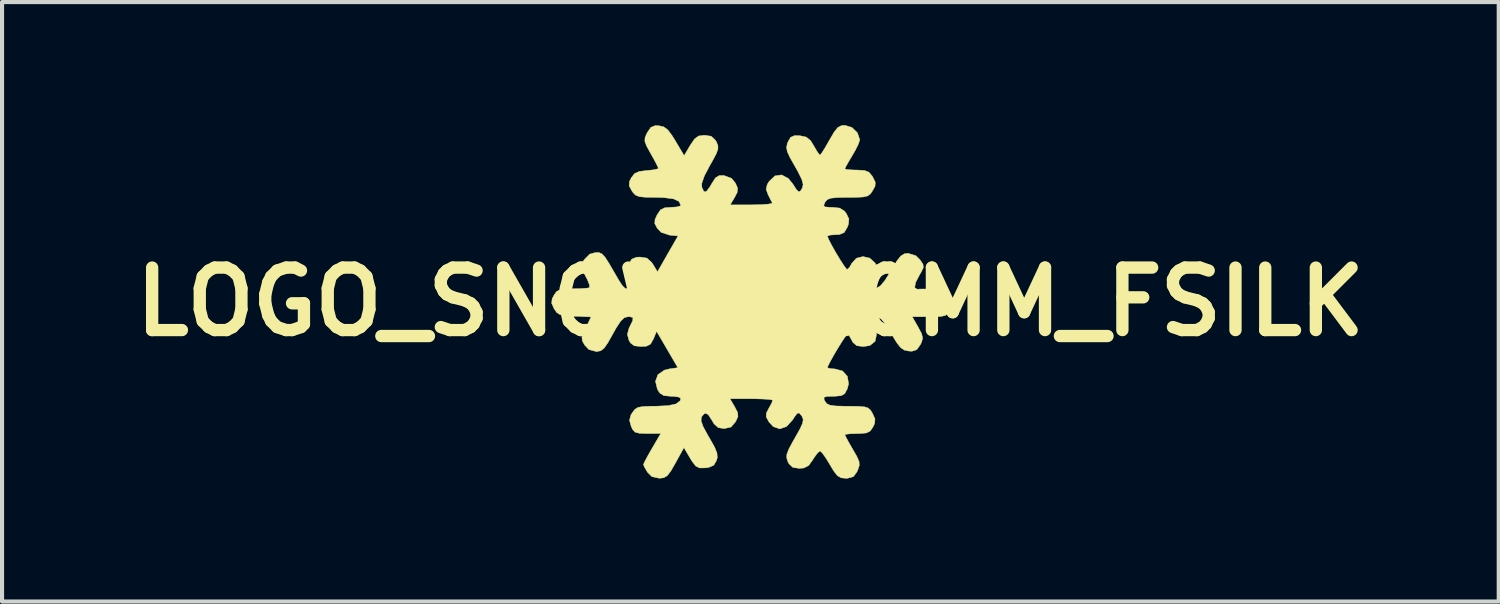
<source format=kicad_pcb>
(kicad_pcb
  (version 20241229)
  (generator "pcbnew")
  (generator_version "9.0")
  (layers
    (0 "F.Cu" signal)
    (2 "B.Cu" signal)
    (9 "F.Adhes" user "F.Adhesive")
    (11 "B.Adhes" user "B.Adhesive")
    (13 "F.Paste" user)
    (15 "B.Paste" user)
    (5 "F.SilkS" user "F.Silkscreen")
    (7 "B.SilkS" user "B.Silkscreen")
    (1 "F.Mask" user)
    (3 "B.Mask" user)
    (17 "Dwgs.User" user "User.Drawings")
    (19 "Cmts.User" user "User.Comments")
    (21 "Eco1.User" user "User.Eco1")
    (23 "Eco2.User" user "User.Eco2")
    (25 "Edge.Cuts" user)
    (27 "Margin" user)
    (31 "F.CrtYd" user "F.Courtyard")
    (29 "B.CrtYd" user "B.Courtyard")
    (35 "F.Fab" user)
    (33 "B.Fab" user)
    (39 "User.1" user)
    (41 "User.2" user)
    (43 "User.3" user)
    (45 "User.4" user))
  (footprint "LOGO_SNOW1_10MM_FSILK"
    (layer "F.Cu")
    (at 15.247 4.309)
    (property "Reference" "LOGO_SNOW1_10MM_FSILK" (at 0 0 0) (layer "F.SilkS") (effects (font (size 1.524 1.524) (thickness 0.3))))
    (attr through_hole)
    (fp_poly (pts (xy 2.475 -4.252) (xy 2.61 -4.122) (xy 2.667 -3.955) (xy 2.667 -3.949) (xy 2.637 -3.853) (xy 2.559 -3.695) (xy 2.485 -3.567) (xy 2.387 -3.402) (xy 2.321 -3.283) (xy 2.304 -3.242) (xy 2.358 -3.225) (xy 2.497 -3.215) (xy 2.594 -3.213) (xy 2.78 -3.203) (xy 2.89 -3.161) (xy 2.969 -3.068) (xy 2.983 -3.045) (xy 3.046 -2.917) (xy 3.04 -2.819) (xy 2.982 -2.711) (xy 2.926 -2.63) (xy 2.859 -2.581) (xy 2.752 -2.556) (xy 2.575 -2.547) (xy 2.383 -2.546) (xy 2.131 -2.543) (xy 1.973 -2.528) (xy 1.882 -2.497) (xy 1.829 -2.443) (xy 1.819 -2.425) (xy 1.788 -2.348) (xy 1.825 -2.313) (xy 1.952 -2.304) (xy 1.997 -2.304) (xy 2.179 -2.285) (xy 2.293 -2.213) (xy 2.34 -2.152) (xy 2.403 -2.021) (xy 2.392 -1.893) (xy 2.364 -1.818) (xy 2.288 -1.689) (xy 2.173 -1.641) (xy 2.084 -1.637) (xy 1.947 -1.627) (xy 1.88 -1.605) (xy 1.879 -1.601) (xy 1.908 -1.524) (xy 1.981 -1.382) (xy 2.08 -1.206) (xy 2.186 -1.03) (xy 2.281 -0.883) (xy 2.346 -0.798) (xy 2.36 -0.788) (xy 2.415 -0.837) (xy 2.474 -0.94) (xy 2.586 -1.062) (xy 2.746 -1.103) (xy 2.912 -1.065) (xy 3.04 -0.948) (xy 3.051 -0.929) (xy 3.101 -0.807) (xy 3.087 -0.699) (xy 3.021 -0.573) (xy 2.953 -0.438) (xy 2.953 -0.37) (xy 2.989 -0.346) (xy 3.08 -0.336) (xy 3.171 -0.389) (xy 3.28 -0.52) (xy 3.42 -0.743) (xy 3.451 -0.796) (xy 3.575 -1) (xy 3.669 -1.117) (xy 3.756 -1.171) (xy 3.846 -1.182) (xy 4.034 -1.125) (xy 4.136 -1.025) (xy 4.208 -0.918) (xy 4.219 -0.837) (xy 4.168 -0.729) (xy 4.127 -0.661) (xy 4.028 -0.469) (xy 4.007 -0.347) (xy 4.064 -0.307) (xy 4.077 -0.308) (xy 4.178 -0.312) (xy 4.352 -0.312) (xy 4.469 -0.31) (xy 4.67 -0.296) (xy 4.791 -0.254) (xy 4.874 -0.17) (xy 4.883 -0.156) (xy 4.942 -0.044) (xy 4.938 0.054) (xy 4.882 0.177) (xy 4.825 0.275) (xy 4.759 0.331) (xy 4.651 0.357) (xy 4.469 0.363) (xy 4.367 0.364) (xy 3.947 0.364) (xy 4.091 0.617) (xy 4.176 0.778) (xy 4.201 0.885) (xy 4.174 0.987) (xy 4.145 1.045) (xy 4.058 1.168) (xy 3.941 1.205) (xy 3.862 1.201) (xy 3.754 1.178) (xy 3.664 1.117) (xy 3.569 0.996) (xy 3.444 0.791) (xy 3.433 0.773) (xy 3.3 0.555) (xy 3.197 0.427) (xy 3.108 0.371) (xy 3.055 0.364) (xy 2.965 0.369) (xy 2.943 0.408) (xy 2.982 0.511) (xy 3.012 0.574) (xy 3.077 0.796) (xy 3.042 0.964) (xy 2.914 1.066) (xy 2.758 1.091) (xy 2.595 1.071) (xy 2.502 0.992) (xy 2.474 0.94) (xy 2.412 0.829) (xy 2.367 0.788) (xy 2.324 0.836) (xy 2.241 0.959) (xy 2.137 1.126) (xy 2.031 1.305) (xy 1.942 1.466) (xy 1.887 1.576) (xy 1.879 1.604) (xy 1.932 1.627) (xy 2.059 1.637) (xy 2.06 1.637) (xy 2.248 1.687) (xy 2.366 1.817) (xy 2.395 2) (xy 2.364 2.122) (xy 2.303 2.237) (xy 2.217 2.289) (xy 2.062 2.303) (xy 2.021 2.304) (xy 1.859 2.308) (xy 1.793 2.332) (xy 1.8 2.389) (xy 1.819 2.425) (xy 1.865 2.486) (xy 1.944 2.522) (xy 2.082 2.54) (xy 2.307 2.546) (xy 2.381 2.546) (xy 2.628 2.549) (xy 2.782 2.561) (xy 2.874 2.591) (xy 2.934 2.648) (xy 2.977 2.719) (xy 3.039 2.856) (xy 3.029 2.969) (xy 2.99 3.052) (xy 2.923 3.15) (xy 2.83 3.198) (xy 2.669 3.212) (xy 2.605 3.213) (xy 2.432 3.218) (xy 2.323 3.231) (xy 2.304 3.241) (xy 2.332 3.303) (xy 2.405 3.438) (xy 2.485 3.577) (xy 2.595 3.768) (xy 2.65 3.893) (xy 2.656 3.99) (xy 2.621 4.095) (xy 2.597 4.15) (xy 2.511 4.264) (xy 2.371 4.303) (xy 2.329 4.304) (xy 2.212 4.292) (xy 2.123 4.241) (xy 2.032 4.125) (xy 1.94 3.971) (xy 1.834 3.798) (xy 1.746 3.677) (xy 1.699 3.637) (xy 1.639 3.685) (xy 1.552 3.803) (xy 1.524 3.849) (xy 1.42 3.993) (xy 1.306 4.052) (xy 1.194 4.062) (xy 1.035 4.039) (xy 0.942 3.95) (xy 0.916 3.901) (xy 0.886 3.81) (xy 0.89 3.716) (xy 0.939 3.589) (xy 1.041 3.399) (xy 1.087 3.319) (xy 1.208 3.104) (xy 1.272 2.964) (xy 1.288 2.872) (xy 1.263 2.8) (xy 1.249 2.779) (xy 1.192 2.712) (xy 1.143 2.718) (xy 1.073 2.811) (xy 1.033 2.876) (xy 0.882 3.042) (xy 0.717 3.099) (xy 0.557 3.043) (xy 0.454 2.931) (xy 0.386 2.808) (xy 0.391 2.711) (xy 0.447 2.603) (xy 0.516 2.477) (xy 0.546 2.402) (xy 0.546 2.4) (xy 0.49 2.384) (xy 0.34 2.372) (xy 0.125 2.365) (xy 0.024 2.364) (xy -0.497 2.364) (xy -0.382 2.561) (xy -0.31 2.701) (xy -0.303 2.801) (xy -0.358 2.92) (xy -0.36 2.925) (xy -0.472 3.054) (xy -0.633 3.091) (xy -0.642 3.092) (xy -0.784 3.068) (xy -0.885 2.977) (xy -0.942 2.882) (xy -1.028 2.75) (xy -1.096 2.718) (xy -1.134 2.738) (xy -1.193 2.809) (xy -1.202 2.902) (xy -1.154 3.039) (xy -1.044 3.243) (xy -0.99 3.335) (xy -0.872 3.544) (xy -0.815 3.687) (xy -0.806 3.796) (xy -0.825 3.869) (xy -0.893 3.986) (xy -1.016 4.039) (xy -1.099 4.05) (xy -1.238 4.051) (xy -1.331 4.007) (xy -1.42 3.892) (xy -1.469 3.812) (xy -1.62 3.555) (xy -1.826 3.929) (xy -1.94 4.128) (xy -2.027 4.24) (xy -2.112 4.291) (xy -2.218 4.303) (xy -2.221 4.303) (xy -2.401 4.263) (xy -2.509 4.155) (xy -2.579 4.036) (xy -2.607 3.968) (xy -2.578 3.9) (xy -2.503 3.759) (xy -2.398 3.575) (xy -2.396 3.572) (xy -2.186 3.213) (xy -2.51 3.213) (xy -2.702 3.207) (xy -2.81 3.179) (xy -2.872 3.112) (xy -2.907 3.037) (xy -2.948 2.887) (xy -2.913 2.761) (xy -2.878 2.703) (xy -2.816 2.623) (xy -2.741 2.576) (xy -2.621 2.554) (xy -2.424 2.546) (xy -2.309 2.546) (xy -2.005 2.532) (xy -1.809 2.489) (xy -1.712 2.413) (xy -1.697 2.352) (xy -1.751 2.322) (xy -1.885 2.305) (xy -1.938 2.304) (xy -2.108 2.288) (xy -2.208 2.226) (xy -2.266 2.136) (xy -2.314 1.939) (xy -2.254 1.775) (xy -2.096 1.666) (xy -1.981 1.637) (xy -1.769 1.606) (xy -2.286 0.72) (xy -2.363 0.905) (xy -2.433 1.031) (xy -2.535 1.083) (xy -2.665 1.091) (xy -2.83 1.073) (xy -2.923 1.004) (xy -2.961 0.937) (xy -2.999 0.793) (xy -2.96 0.647) (xy -2.94 0.606) (xy -2.869 0.458) (xy -2.863 0.387) (xy -2.927 0.365) (xy -2.988 0.364) (xy -3.074 0.387) (xy -3.162 0.471) (xy -3.27 0.634) (xy -3.356 0.788) (xy -3.477 1.003) (xy -3.567 1.131) (xy -3.646 1.193) (xy -3.737 1.212) (xy -3.761 1.212) (xy -3.938 1.164) (xy -4.04 1.056) (xy -4.097 0.954) (xy -4.107 0.865) (xy -4.064 0.743) (xy -4.013 0.635) (xy -3.884 0.369) (xy -4.289 0.351) (xy -4.51 0.337) (xy -4.644 0.311) (xy -4.724 0.259) (xy -4.785 0.17) (xy -4.787 0.167) (xy -4.846 0.034) (xy -4.833 -0.073) (xy -4.789 -0.16) (xy -4.726 -0.25) (xy -4.643 -0.297) (xy -4.505 -0.316) (xy -4.334 -0.318) (xy -4.133 -0.322) (xy -3.982 -0.333) (xy -3.924 -0.345) (xy -3.923 -0.409) (xy -3.973 -0.539) (xy -4.013 -0.614) (xy -4.093 -0.771) (xy -4.114 -0.875) (xy -4.081 -0.976) (xy -4.058 -1.019) (xy -3.92 -1.161) (xy -3.785 -1.2) (xy -3.693 -1.201) (xy -3.618 -1.168) (xy -3.539 -1.082) (xy -3.438 -0.923) (xy -3.344 -0.761) (xy -3.211 -0.531) (xy -3.12 -0.392) (xy -3.053 -0.327) (xy -2.993 -0.32) (xy -2.923 -0.354) (xy -2.915 -0.359) (xy -2.865 -0.414) (xy -2.886 -0.496) (xy -2.935 -0.576) (xy -3.004 -0.716) (xy -2.994 -0.845) (xy -2.968 -0.915) (xy -2.893 -1.04) (xy -2.777 -1.087) (xy -2.689 -1.091) (xy -2.522 -1.065) (xy -2.408 -0.962) (xy -2.374 -0.912) (xy -2.265 -0.732) (xy -2.015 -1.169) (xy -1.764 -1.606) (xy -1.969 -1.625) (xy -2.175 -1.693) (xy -2.27 -1.792) (xy -2.331 -1.907) (xy -2.325 -2.007) (xy -2.273 -2.122) (xy -2.191 -2.243) (xy -2.083 -2.294) (xy -1.938 -2.304) (xy -1.787 -2.314) (xy -1.703 -2.341) (xy -1.697 -2.352) (xy -1.74 -2.448) (xy -1.874 -2.51) (xy -2.111 -2.541) (xy -2.314 -2.546) (xy -2.555 -2.549) (xy -2.705 -2.564) (xy -2.796 -2.598) (xy -2.86 -2.662) (xy -2.89 -2.705) (xy -2.956 -2.831) (xy -2.948 -2.934) (xy -2.904 -3.023) (xy -2.824 -3.127) (xy -2.706 -3.179) (xy -2.529 -3.201) (xy -2.362 -3.218) (xy -2.259 -3.242) (xy -2.243 -3.254) (xy -2.271 -3.321) (xy -2.343 -3.461) (xy -2.428 -3.612) (xy -2.528 -3.794) (xy -2.573 -3.91) (xy -2.569 -4.002) (xy -2.524 -4.107) (xy -2.515 -4.123) (xy -2.428 -4.252) (xy -2.322 -4.296) (xy -2.227 -4.292) (xy -2.112 -4.266) (xy -2.015 -4.194) (xy -1.909 -4.054) (xy -1.826 -3.919) (xy -1.615 -3.564) (xy -1.468 -3.813) (xy -1.363 -3.969) (xy -1.264 -4.042) (xy -1.132 -4.061) (xy -1.117 -4.062) (xy -0.953 -4.036) (xy -0.851 -3.939) (xy -0.83 -3.902) (xy -0.792 -3.813) (xy -0.79 -3.727) (xy -0.831 -3.612) (xy -0.923 -3.438) (xy -0.985 -3.33) (xy -1.123 -3.068) (xy -1.185 -2.887) (xy -1.183 -2.793) (xy -1.134 -2.689) (xy -1.074 -2.689) (xy -0.991 -2.796) (xy -0.942 -2.882) (xy -0.851 -3.023) (xy -0.756 -3.079) (xy -0.642 -3.079) (xy -0.46 -3.011) (xy -0.366 -2.897) (xy -0.311 -2.773) (xy -0.32 -2.67) (xy -0.383 -2.548) (xy -0.492 -2.364) (xy 0.032 -2.364) (xy 0.264 -2.369) (xy 0.437 -2.382) (xy 0.527 -2.4) (xy 0.534 -2.41) (xy 0.492 -2.493) (xy 0.431 -2.614) (xy 0.384 -2.746) (xy 0.411 -2.859) (xy 0.455 -2.933) (xy 0.599 -3.07) (xy 0.763 -3.094) (xy 0.926 -3.008) (xy 1.031 -2.879) (xy 1.125 -2.733) (xy 1.183 -2.68) (xy 1.228 -2.709) (xy 1.268 -2.779) (xy 1.286 -2.863) (xy 1.254 -2.984) (xy 1.165 -3.166) (xy 1.086 -3.306) (xy 0.965 -3.52) (xy 0.9 -3.663) (xy 0.882 -3.765) (xy 0.901 -3.859) (xy 0.915 -3.894) (xy 0.981 -4.011) (xy 1.075 -4.052) (xy 1.206 -4.05) (xy 1.362 -4.017) (xy 1.468 -3.931) (xy 1.546 -3.804) (xy 1.627 -3.665) (xy 1.686 -3.585) (xy 1.697 -3.577) (xy 1.739 -3.627) (xy 1.821 -3.755) (xy 1.924 -3.936) (xy 1.927 -3.941) (xy 2.042 -4.138) (xy 2.13 -4.248) (xy 2.217 -4.295) (xy 2.303 -4.304) (xy 2.475 -4.252)) (stroke (width 0.01) (type solid)) (fill yes) (layer "F.SilkS")))
  (gr_rect
    (start -3 -3)
    (end 33.495 11.618)
    (stroke (width 0.1) (type default))
    (fill no)
    (layer "Edge.Cuts")))
</source>
